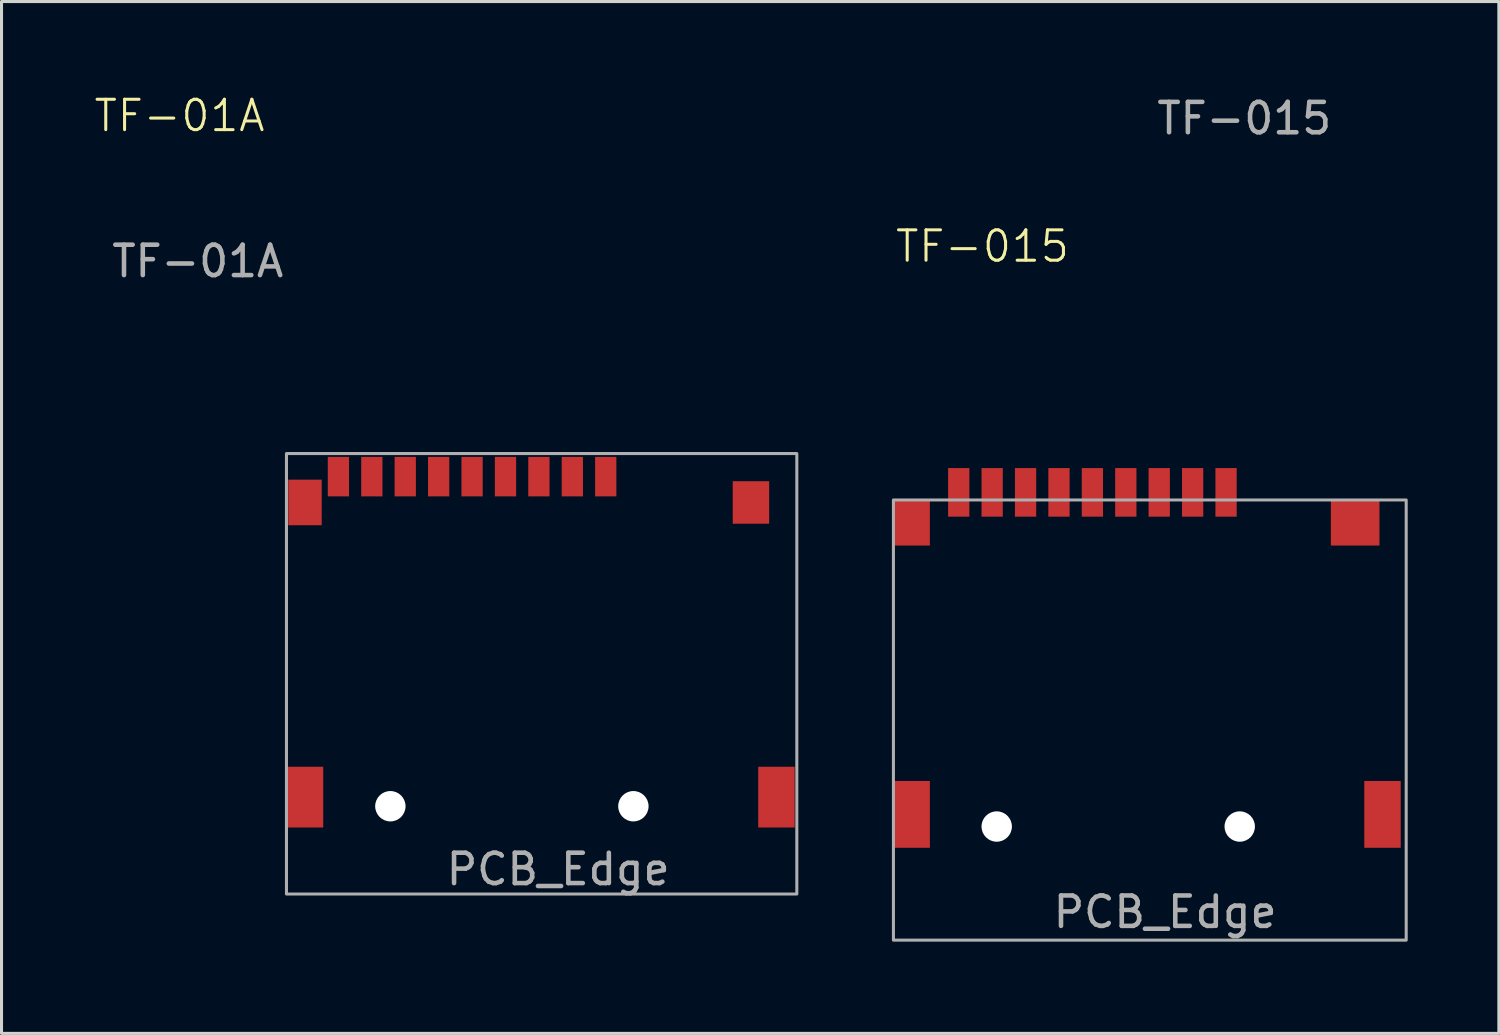
<source format=kicad_pcb>
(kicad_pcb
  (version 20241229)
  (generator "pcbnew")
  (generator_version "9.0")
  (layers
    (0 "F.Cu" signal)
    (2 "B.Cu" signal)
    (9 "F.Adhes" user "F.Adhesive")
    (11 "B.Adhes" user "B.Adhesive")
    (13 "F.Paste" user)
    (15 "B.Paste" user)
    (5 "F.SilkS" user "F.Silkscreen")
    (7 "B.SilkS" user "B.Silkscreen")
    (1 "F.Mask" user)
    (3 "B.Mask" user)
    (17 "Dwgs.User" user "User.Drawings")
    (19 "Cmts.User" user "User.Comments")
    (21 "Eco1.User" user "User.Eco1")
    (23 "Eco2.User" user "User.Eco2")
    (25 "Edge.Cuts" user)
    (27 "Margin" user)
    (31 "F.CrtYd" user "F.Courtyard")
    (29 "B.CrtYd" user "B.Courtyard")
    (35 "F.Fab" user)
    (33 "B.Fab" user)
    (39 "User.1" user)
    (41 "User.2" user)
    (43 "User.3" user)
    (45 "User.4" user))
  (footprint "TF-015"
    (layer "F.Cu")
    (at 28.51 13.158)
    (property "Reference" "TF-015" (at 0.78 -8.1 0) (unlocked yes) (layer "F.SilkS") (effects (font (size 1 1) (thickness 0.1))))
    (attr smd)
    (fp_rect (start -2.23 -0.83) (end 14.68 14.76) (stroke (width 0.1) (type default)) (fill no) (layer "Margin"))
    (fp_rect (start -2.15 0.25) (end 14.73 14.74) (stroke (width 0.1) (type default)) (fill no) (layer "F.Fab"))
    (fp_text user "PCB_Edge" (at 3.03 14.4 0) (unlocked yes) (layer "F.Fab") (effects (font (size 1 1) (thickness 0.15)) (justify left bottom)))
    (fp_text user "${REFERENCE}" (at 9.4 -12.31 0) (unlocked yes) (layer "F.Fab") (effects (font (size 1 1) (thickness 0.15))))
    (pad "" np_thru_hole circle (at 1.25 11) (size 1 1) (drill 1) (layers "*.Cu" "*.Mask"))
    (pad "" np_thru_hole circle (at 9.25 11) (size 1 1) (drill 1) (layers "*.Cu" "*.Mask"))
    (pad "1" smd rect (at 8.8 0) (size 0.7 1.6) (layers "F.Cu" "F.Mask" "F.Paste"))
    (pad "2" smd rect (at 7.7 0) (size 0.7 1.6) (layers "F.Cu" "F.Mask" "F.Paste"))
    (pad "3" smd rect (at 6.6 0) (size 0.7 1.6) (layers "F.Cu" "F.Mask" "F.Paste"))
    (pad "4" smd rect (at 5.5 0) (size 0.7 1.6) (layers "F.Cu" "F.Mask" "F.Paste"))
    (pad "5" smd rect (at 4.4 0) (size 0.7 1.6) (layers "F.Cu" "F.Mask" "F.Paste"))
    (pad "6" smd rect (at 3.3 0) (size 0.7 1.6) (layers "F.Cu" "F.Mask" "F.Paste"))
    (pad "7" smd rect (at 2.2 0) (size 0.7 1.6) (layers "F.Cu" "F.Mask" "F.Paste"))
    (pad "8" smd rect (at 1.1 0) (size 0.7 1.6) (layers "F.Cu" "F.Mask" "F.Paste"))
    (pad "9" smd rect (at 0 0) (size 0.7 1.6) (layers "F.Cu" "F.Mask" "F.Paste"))
    (pad "10" smd rect (at -1.55 1) (size 1.2 1.5) (layers "F.Cu" "F.Mask" "F.Paste"))
    (pad "10" smd rect (at -1.55 10.6) (size 1.2 2.2) (layers "F.Cu" "F.Mask" "F.Paste"))
    (pad "10" smd rect (at 13.05 1) (size 1.6 1.5) (layers "F.Cu" "F.Mask" "F.Paste"))
    (pad "10" smd rect (at 13.95 10.6) (size 1.2 2.2) (layers "F.Cu" "F.Mask" "F.Paste")))
  (footprint "TF-01A"
    (layer "F.Cu")
    (at 6.38 11.88)
    (property "Reference" "TF-01A" (at -3.52 -11.12 0) (unlocked yes) (layer "F.SilkS") (effects (font (size 1 1) (thickness 0.1))))
    (attr smd)
    (fp_rect (start 0 0) (end 16.78 12.46) (stroke (width 0.1) (type default)) (fill no) (layer "Margin"))
    (fp_rect (start 0 0) (end 16.8 14.5) (stroke (width 0.1) (type default)) (fill no) (layer "F.Fab"))
    (fp_text user "PCB_Edge" (at 5.18 14.27 0) (unlocked yes) (layer "F.Fab") (effects (font (size 1 1) (thickness 0.15)) (justify left bottom)))
    (fp_text user "${REFERENCE}" (at -2.92 -6.33 0) (unlocked yes) (layer "F.Fab") (effects (font (size 1 1) (thickness 0.15))))
    (pad "" np_thru_hole circle (at 3.42 11.61) (size 1 1) (drill 1) (layers "*.Cu" "*.Mask"))
    (pad "" np_thru_hole circle (at 11.42 11.61) (size 1 1) (drill 1) (layers "*.Cu" "*.Mask"))
    (pad "1" smd rect (at 10.51 0.76) (size 0.7 1.3) (layers "F.Cu" "F.Mask" "F.Paste"))
    (pad "2" smd rect (at 9.41 0.76) (size 0.7 1.3) (layers "F.Cu" "F.Mask" "F.Paste"))
    (pad "3" smd rect (at 8.31 0.76) (size 0.7 1.3) (layers "F.Cu" "F.Mask" "F.Paste"))
    (pad "4" smd rect (at 7.21 0.76) (size 0.7 1.3) (layers "F.Cu" "F.Mask" "F.Paste"))
    (pad "5" smd rect (at 6.11 0.76) (size 0.7 1.3) (layers "F.Cu" "F.Mask" "F.Paste"))
    (pad "6" smd rect (at 5.01 0.76) (size 0.7 1.3) (layers "F.Cu" "F.Mask" "F.Paste"))
    (pad "7" smd rect (at 3.91 0.76) (size 0.7 1.3) (layers "F.Cu" "F.Mask" "F.Paste"))
    (pad "8" smd rect (at 2.81 0.76) (size 0.7 1.3) (layers "F.Cu" "F.Mask" "F.Paste"))
    (pad "9" smd rect (at 1.71 0.76) (size 0.7 1.3) (layers "F.Cu" "F.Mask" "F.Paste"))
    (pad "10" smd rect (at 0.61 1.61) (size 1.1 1.5) (layers "F.Cu" "F.Mask" "F.Paste"))
    (pad "10" smd rect (at 0.61 11.31) (size 1.2 2) (layers "F.Cu" "F.Mask" "F.Paste"))
    (pad "10" smd rect (at 15.29 1.61) (size 1.2 1.4) (layers "F.Cu" "F.Mask" "F.Paste"))
    (pad "10" smd rect (at 16.13 11.31) (size 1.2 2) (layers "F.Cu" "F.Mask" "F.Paste")))
  (gr_rect
    (start -3 -3)
    (end 46.29 30.968)
    (stroke (width 0.1) (type default))
    (fill no)
    (layer "Edge.Cuts")))
</source>
